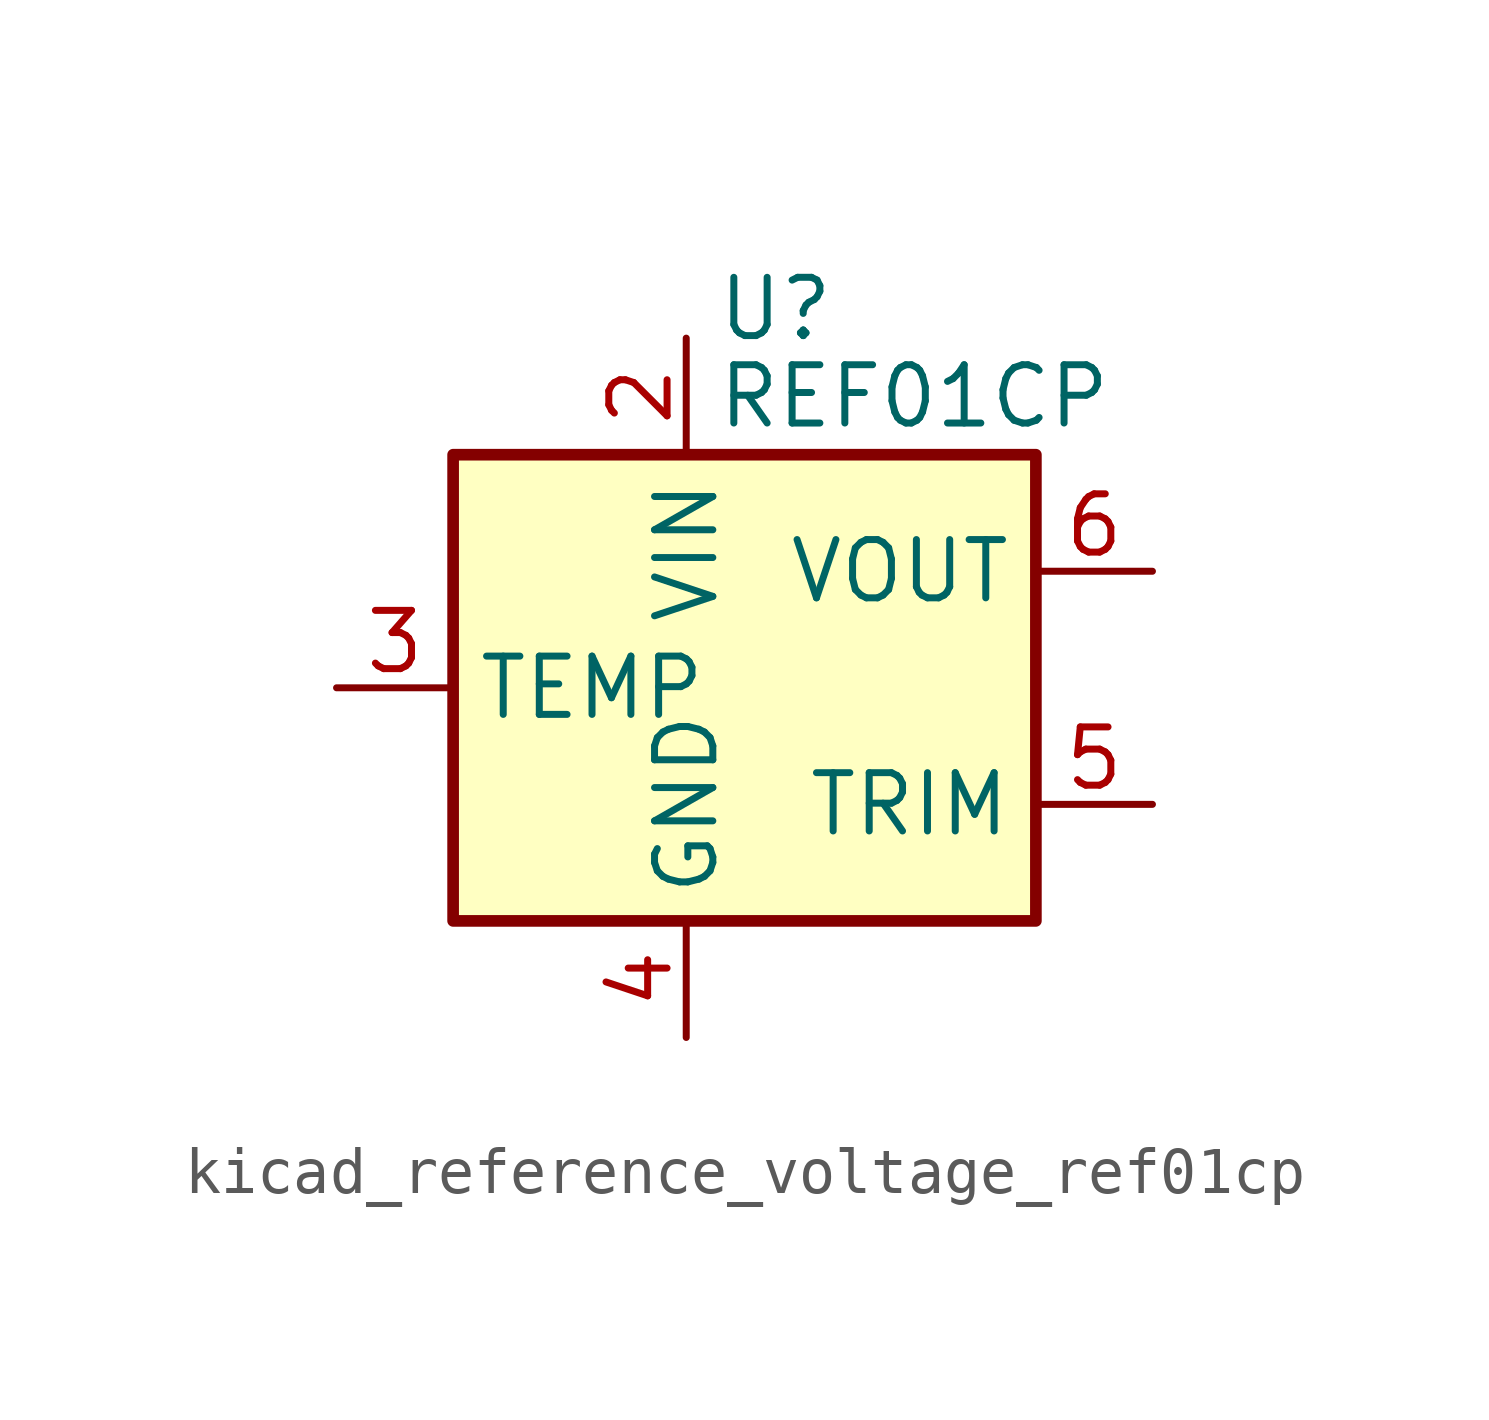
<source format=kicad_sym>
(kicad_symbol_lib
  (version 20220914)
  (generator kicad_symbol_editor)
  (symbol "kicad_reference_voltage_ref01cp"
    (property "Reference" "U"
      (at 0.635 8.255 0)
      (effects (font (size 1.27 1.27)) (justify left)))
    (property "Value" "REF01CP"
      (at 0.635 6.35 0)
      (effects (font (size 1.27 1.27)) (justify left)))
    (symbol "kicad_reference_voltage_ref01cp_0_1"
      (rectangle (start -5.08 5.08) (end 7.62 -5.08) (stroke (width 0.254) (type default)) (fill (type background))))
    (symbol "kicad_reference_voltage_ref01cp_1_1"
      (pin no_connect line (at 2.54 -5.08 90) (length 2.54) hide (name "NC" (effects (font (size 1.27 1.27)))) (number "1" (effects (font (size 1.27 1.27)))))
      (pin power_in line (at 0 7.62 270) (length 2.54) (name "VIN" (effects (font (size 1.27 1.27)))) (number "2" (effects (font (size 1.27 1.27)))))
      (pin passive line (at -7.62 0 0) (length 2.54) (name "TEMP" (effects (font (size 1.27 1.27)))) (number "3" (effects (font (size 1.27 1.27)))))
      (pin power_in line (at 0 -7.62 90) (length 2.54) (name "GND" (effects (font (size 1.27 1.27)))) (number "4" (effects (font (size 1.27 1.27)))))
      (pin passive line (at 10.16 -2.54 180) (length 2.54) (name "TRIM" (effects (font (size 1.27 1.27)))) (number "5" (effects (font (size 1.27 1.27)))))
      (pin power_out line (at 10.16 2.54 180) (length 2.54) (name "VOUT" (effects (font (size 1.27 1.27)))) (number "6" (effects (font (size 1.27 1.27)))))
      (pin no_connect line (at -2.54 -5.08 90) (length 2.54) hide (name "NC" (effects (font (size 1.27 1.27)))) (number "7" (effects (font (size 1.27 1.27)))))
      (pin no_connect line (at 7.62 0 180) (length 2.54) hide (name "NC" (effects (font (size 1.27 1.27)))) (number "8" (effects (font (size 1.27 1.27))))))))
</source>
